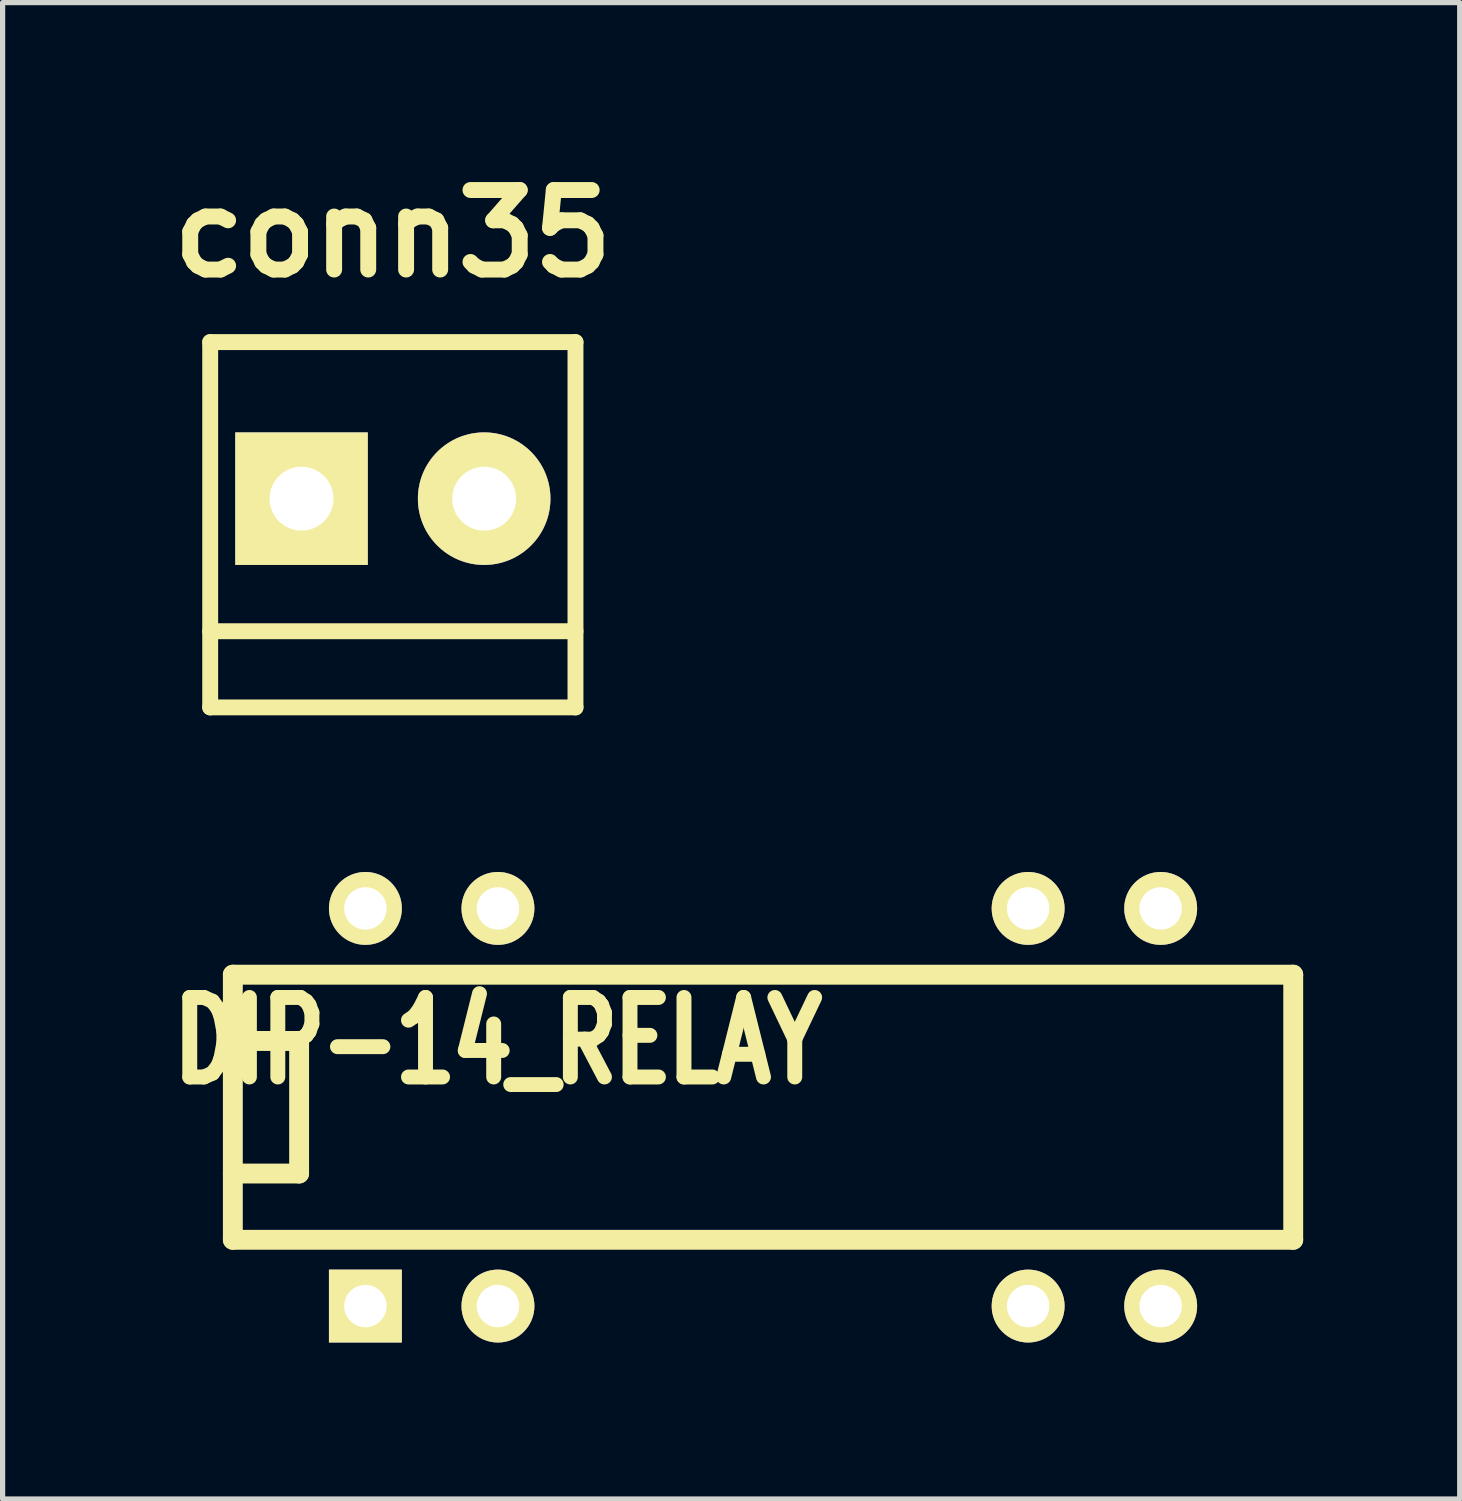
<source format=kicad_pcb>
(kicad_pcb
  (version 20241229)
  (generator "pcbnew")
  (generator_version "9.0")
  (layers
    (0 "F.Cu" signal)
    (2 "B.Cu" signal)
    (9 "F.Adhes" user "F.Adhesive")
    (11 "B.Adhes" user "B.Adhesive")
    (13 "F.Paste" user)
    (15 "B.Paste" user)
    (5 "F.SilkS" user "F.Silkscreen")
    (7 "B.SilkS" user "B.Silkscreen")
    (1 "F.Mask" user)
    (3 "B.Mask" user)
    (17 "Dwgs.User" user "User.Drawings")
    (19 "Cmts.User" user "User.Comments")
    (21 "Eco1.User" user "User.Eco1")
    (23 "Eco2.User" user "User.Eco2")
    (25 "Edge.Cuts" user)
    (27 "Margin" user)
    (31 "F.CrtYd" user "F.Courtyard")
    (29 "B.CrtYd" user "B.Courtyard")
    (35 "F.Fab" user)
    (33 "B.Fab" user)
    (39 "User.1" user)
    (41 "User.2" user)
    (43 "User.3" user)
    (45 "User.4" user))
  (footprint "conn35"
    (layer "F.Cu")
    (at 4.478 6.506)
    (property "Reference" "conn35" (at 0 -5.08 0) (layer "F.SilkS") (effects (font (size 1.524 1.524) (thickness 0.305))))
    (attr through_hole)
    (fp_line (start -3.5 -3) (end -3.5 4) (stroke (width 0.305) (type solid)) (layer "F.SilkS"))
    (fp_line (start -3.5 4) (end 3.5 4) (stroke (width 0.305) (type solid)) (layer "F.SilkS"))
    (fp_line (start 3.5 -3) (end -3.5 -3) (stroke (width 0.305) (type solid)) (layer "F.SilkS"))
    (fp_line (start 3.5 2.54) (end -3.5 2.54) (stroke (width 0.305) (type solid)) (layer "F.SilkS"))
    (fp_line (start 3.5 4) (end 3.5 -3) (stroke (width 0.305) (type solid)) (layer "F.SilkS"))
    (pad "1" thru_hole rect (at -1.75 0) (size 2.54 2.54) (drill 1.224) (layers "*.Cu" "*.Mask" "F.SilkS"))
    (pad "2" thru_hole circle (at 1.75 0) (size 2.54 2.54) (drill 1.224) (layers "*.Cu" "*.Mask" "F.SilkS")))
  (footprint "DIP-14_RELAY"
    (layer "F.Cu")
    (at 11.572 18.168)
    (property "Reference" "DIP-14_RELAY" (at -5.08 -1.27 0) (layer "F.SilkS") (effects (font (size 1.524 1.143) (thickness 0.305))))
    (attr through_hole)
    (fp_line (start -10.16 -2.54) (end 10.16 -2.54) (stroke (width 0.381) (type solid)) (layer "F.SilkS"))
    (fp_line (start -10.16 -1.27) (end -8.89 -1.27) (stroke (width 0.381) (type solid)) (layer "F.SilkS"))
    (fp_line (start -10.16 2.54) (end -10.16 -2.54) (stroke (width 0.381) (type solid)) (layer "F.SilkS"))
    (fp_line (start -8.89 -1.27) (end -8.89 1.27) (stroke (width 0.381) (type solid)) (layer "F.SilkS"))
    (fp_line (start -8.89 1.27) (end -10.16 1.27) (stroke (width 0.381) (type solid)) (layer "F.SilkS"))
    (fp_line (start 10.16 -2.54) (end 10.16 2.54) (stroke (width 0.381) (type solid)) (layer "F.SilkS"))
    (fp_line (start 10.16 2.54) (end -10.16 2.54) (stroke (width 0.381) (type solid)) (layer "F.SilkS"))
    (pad "1" thru_hole rect (at -7.62 3.81) (size 1.397 1.397) (drill 0.813) (layers "*.Cu" "*.Mask" "F.SilkS"))
    (pad "2" thru_hole circle (at -5.08 3.81) (size 1.397 1.397) (drill 0.813) (layers "*.Cu" "*.Mask" "F.SilkS"))
    (pad "6" thru_hole circle (at 5.08 3.81) (size 1.397 1.397) (drill 0.813) (layers "*.Cu" "*.Mask" "F.SilkS"))
    (pad "7" thru_hole circle (at 7.62 3.81) (size 1.397 1.397) (drill 0.813) (layers "*.Cu" "*.Mask" "F.SilkS"))
    (pad "8" thru_hole circle (at 7.62 -3.81) (size 1.397 1.397) (drill 0.813) (layers "*.Cu" "*.Mask" "F.SilkS"))
    (pad "9" thru_hole circle (at 5.08 -3.81) (size 1.397 1.397) (drill 0.813) (layers "*.Cu" "*.Mask" "F.SilkS"))
    (pad "13" thru_hole circle (at -5.08 -3.81) (size 1.397 1.397) (drill 0.813) (layers "*.Cu" "*.Mask" "F.SilkS"))
    (pad "14" thru_hole circle (at -7.62 -3.81) (size 1.397 1.397) (drill 0.813) (layers "*.Cu" "*.Mask" "F.SilkS")))
  (gr_rect
    (start -3 -3)
    (end 24.922 25.676)
    (stroke (width 0.1) (type default))
    (fill no)
    (layer "Edge.Cuts")))
</source>
